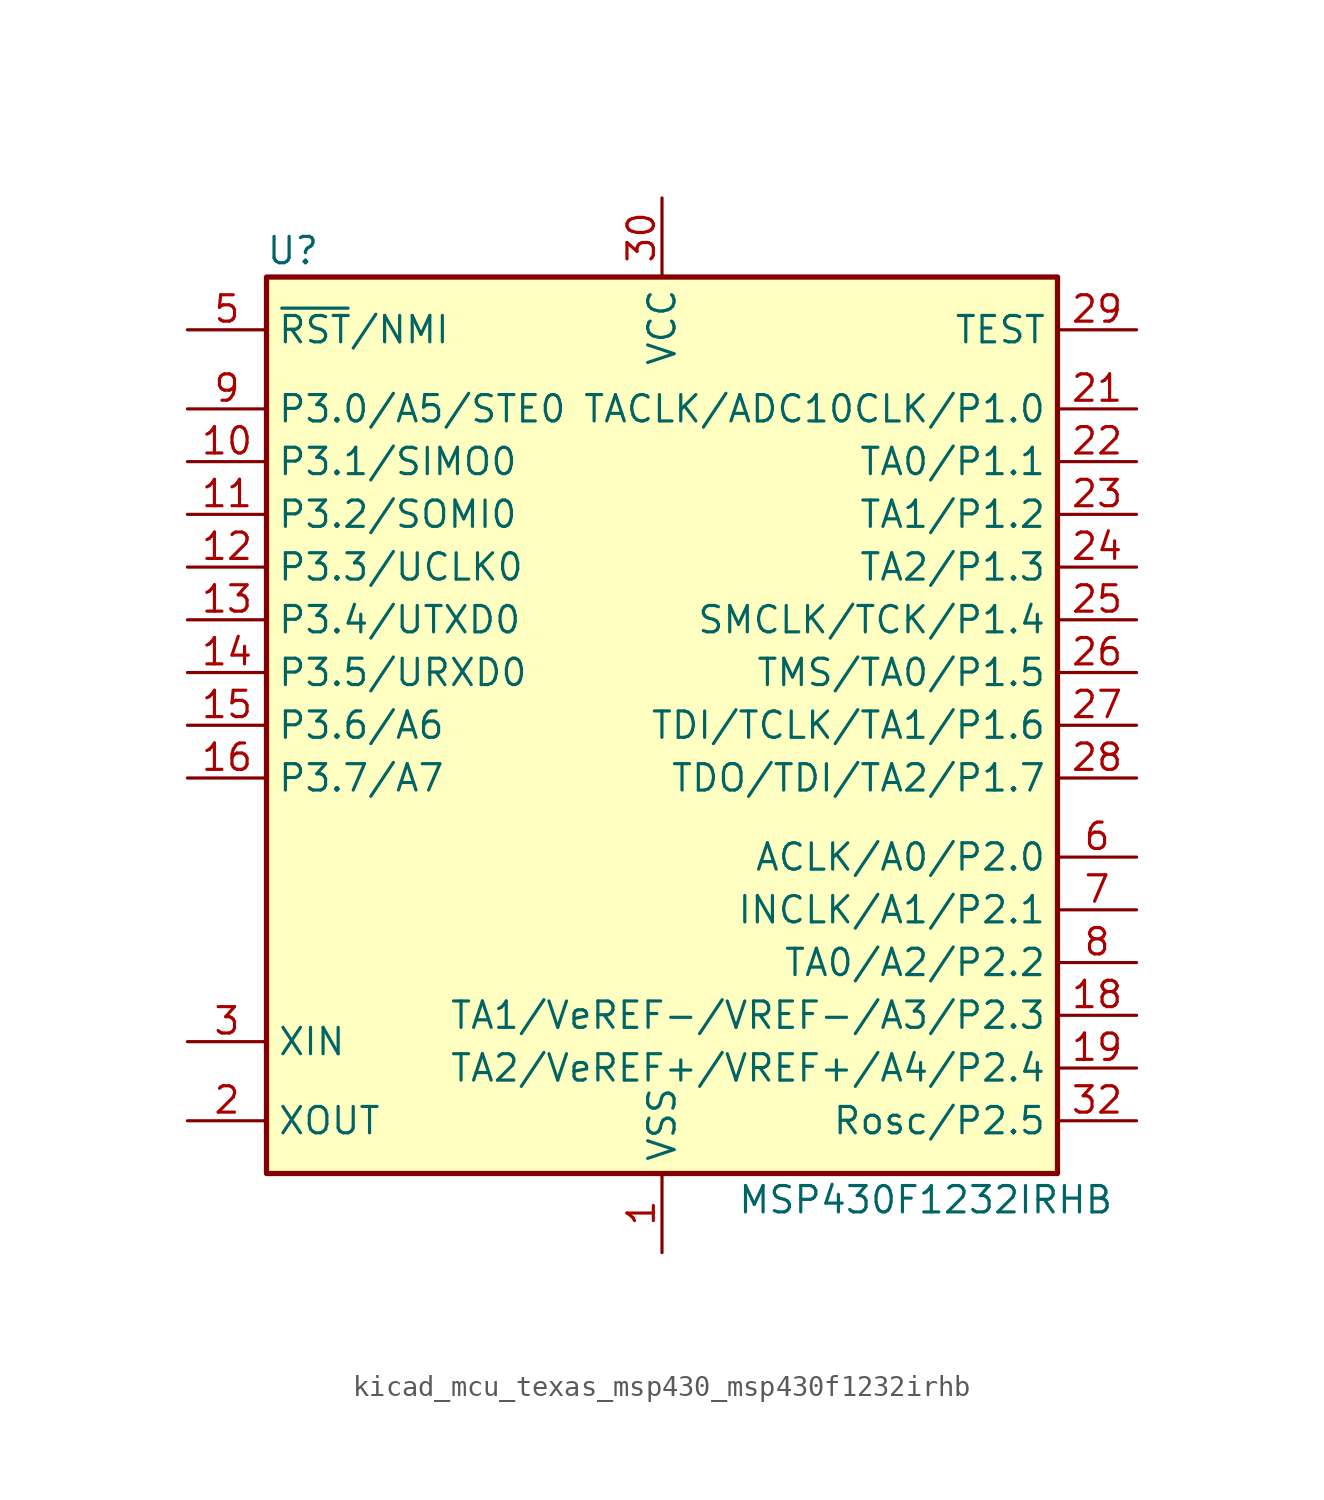
<source format=kicad_sym>
(kicad_symbol_lib
  (version 20220914)
  (generator kicad_symbol_editor)
  (symbol "kicad_mcu_texas_msp430_msp430f1232irhb"
    (property "Reference" "U"
      (at -17.78 22.86 0)
      (effects (font (size 1.27 1.27))))
    (property "Value" "MSP430F1232IRHB"
      (at 12.7 -22.86 0)
      (effects (font (size 1.27 1.27))))
    (symbol "kicad_mcu_texas_msp430_msp430f1232irhb_0_1"
      (rectangle (start -19.05 21.59) (end 19.05 -21.59) (stroke (width 0.254) (type default)) (fill (type background))))
    (symbol "kicad_mcu_texas_msp430_msp430f1232irhb_1_1"
      (pin power_in line (at 0 -25.4 90) (length 3.81) (name "VSS" (effects (font (size 1.27 1.27)))) (number "1" (effects (font (size 1.27 1.27)))))
      (pin bidirectional line (at -22.86 12.7 0) (length 3.81) (name "P3.1/SIMO0" (effects (font (size 1.27 1.27)))) (number "10" (effects (font (size 1.27 1.27)))))
      (pin bidirectional line (at -22.86 10.16 0) (length 3.81) (name "P3.2/SOMI0" (effects (font (size 1.27 1.27)))) (number "11" (effects (font (size 1.27 1.27)))))
      (pin bidirectional line (at -22.86 7.62 0) (length 3.81) (name "P3.3/UCLK0" (effects (font (size 1.27 1.27)))) (number "12" (effects (font (size 1.27 1.27)))))
      (pin bidirectional line (at -22.86 5.08 0) (length 3.81) (name "P3.4/UTXD0" (effects (font (size 1.27 1.27)))) (number "13" (effects (font (size 1.27 1.27)))))
      (pin bidirectional line (at -22.86 2.54 0) (length 3.81) (name "P3.5/URXD0" (effects (font (size 1.27 1.27)))) (number "14" (effects (font (size 1.27 1.27)))))
      (pin bidirectional line (at -22.86 0 0) (length 3.81) (name "P3.6/A6" (effects (font (size 1.27 1.27)))) (number "15" (effects (font (size 1.27 1.27)))))
      (pin bidirectional line (at -22.86 -2.54 0) (length 3.81) (name "P3.7/A7" (effects (font (size 1.27 1.27)))) (number "16" (effects (font (size 1.27 1.27)))))
      (pin bidirectional line (at 22.86 -13.97 180) (length 3.81) (name "TA1/VeREF-/VREF-/A3/P2.3" (effects (font (size 1.27 1.27)))) (number "18" (effects (font (size 1.27 1.27)))))
      (pin bidirectional line (at 22.86 -16.51 180) (length 3.81) (name "TA2/VeREF+/VREF+/A4/P2.4" (effects (font (size 1.27 1.27)))) (number "19" (effects (font (size 1.27 1.27)))))
      (pin output line (at -22.86 -19.05 0) (length 3.81) (name "XOUT" (effects (font (size 1.27 1.27)))) (number "2" (effects (font (size 1.27 1.27)))))
      (pin bidirectional line (at 22.86 15.24 180) (length 3.81) (name "TACLK/ADC10CLK/P1.0" (effects (font (size 1.27 1.27)))) (number "21" (effects (font (size 1.27 1.27)))))
      (pin bidirectional line (at 22.86 12.7 180) (length 3.81) (name "TA0/P1.1" (effects (font (size 1.27 1.27)))) (number "22" (effects (font (size 1.27 1.27)))))
      (pin bidirectional line (at 22.86 10.16 180) (length 3.81) (name "TA1/P1.2" (effects (font (size 1.27 1.27)))) (number "23" (effects (font (size 1.27 1.27)))))
      (pin bidirectional line (at 22.86 7.62 180) (length 3.81) (name "TA2/P1.3" (effects (font (size 1.27 1.27)))) (number "24" (effects (font (size 1.27 1.27)))))
      (pin bidirectional line (at 22.86 5.08 180) (length 3.81) (name "SMCLK/TCK/P1.4" (effects (font (size 1.27 1.27)))) (number "25" (effects (font (size 1.27 1.27)))))
      (pin bidirectional line (at 22.86 2.54 180) (length 3.81) (name "TMS/TA0/P1.5" (effects (font (size 1.27 1.27)))) (number "26" (effects (font (size 1.27 1.27)))))
      (pin bidirectional line (at 22.86 0 180) (length 3.81) (name "TDI/TCLK/TA1/P1.6" (effects (font (size 1.27 1.27)))) (number "27" (effects (font (size 1.27 1.27)))))
      (pin bidirectional line (at 22.86 -2.54 180) (length 3.81) (name "TDO/TDI/TA2/P1.7" (effects (font (size 1.27 1.27)))) (number "28" (effects (font (size 1.27 1.27)))))
      (pin input line (at 22.86 19.05 180) (length 3.81) (name "TEST" (effects (font (size 1.27 1.27)))) (number "29" (effects (font (size 1.27 1.27)))))
      (pin input line (at -22.86 -15.24 0) (length 3.81) (name "XIN" (effects (font (size 1.27 1.27)))) (number "3" (effects (font (size 1.27 1.27)))))
      (pin power_in line (at 0 25.4 270) (length 3.81) (name "VCC" (effects (font (size 1.27 1.27)))) (number "30" (effects (font (size 1.27 1.27)))))
      (pin bidirectional line (at 22.86 -19.05 180) (length 3.81) (name "Rosc/P2.5" (effects (font (size 1.27 1.27)))) (number "32" (effects (font (size 1.27 1.27)))))
      (pin input line (at -22.86 19.05 0) (length 3.81) (name "~{RST}/NMI" (effects (font (size 1.27 1.27)))) (number "5" (effects (font (size 1.27 1.27)))))
      (pin bidirectional line (at 22.86 -6.35 180) (length 3.81) (name "ACLK/A0/P2.0" (effects (font (size 1.27 1.27)))) (number "6" (effects (font (size 1.27 1.27)))))
      (pin bidirectional line (at 22.86 -8.89 180) (length 3.81) (name "INCLK/A1/P2.1" (effects (font (size 1.27 1.27)))) (number "7" (effects (font (size 1.27 1.27)))))
      (pin bidirectional line (at 22.86 -11.43 180) (length 3.81) (name "TA0/A2/P2.2" (effects (font (size 1.27 1.27)))) (number "8" (effects (font (size 1.27 1.27)))))
      (pin bidirectional line (at -22.86 15.24 0) (length 3.81) (name "P3.0/A5/STE0" (effects (font (size 1.27 1.27)))) (number "9" (effects (font (size 1.27 1.27))))))))
</source>
